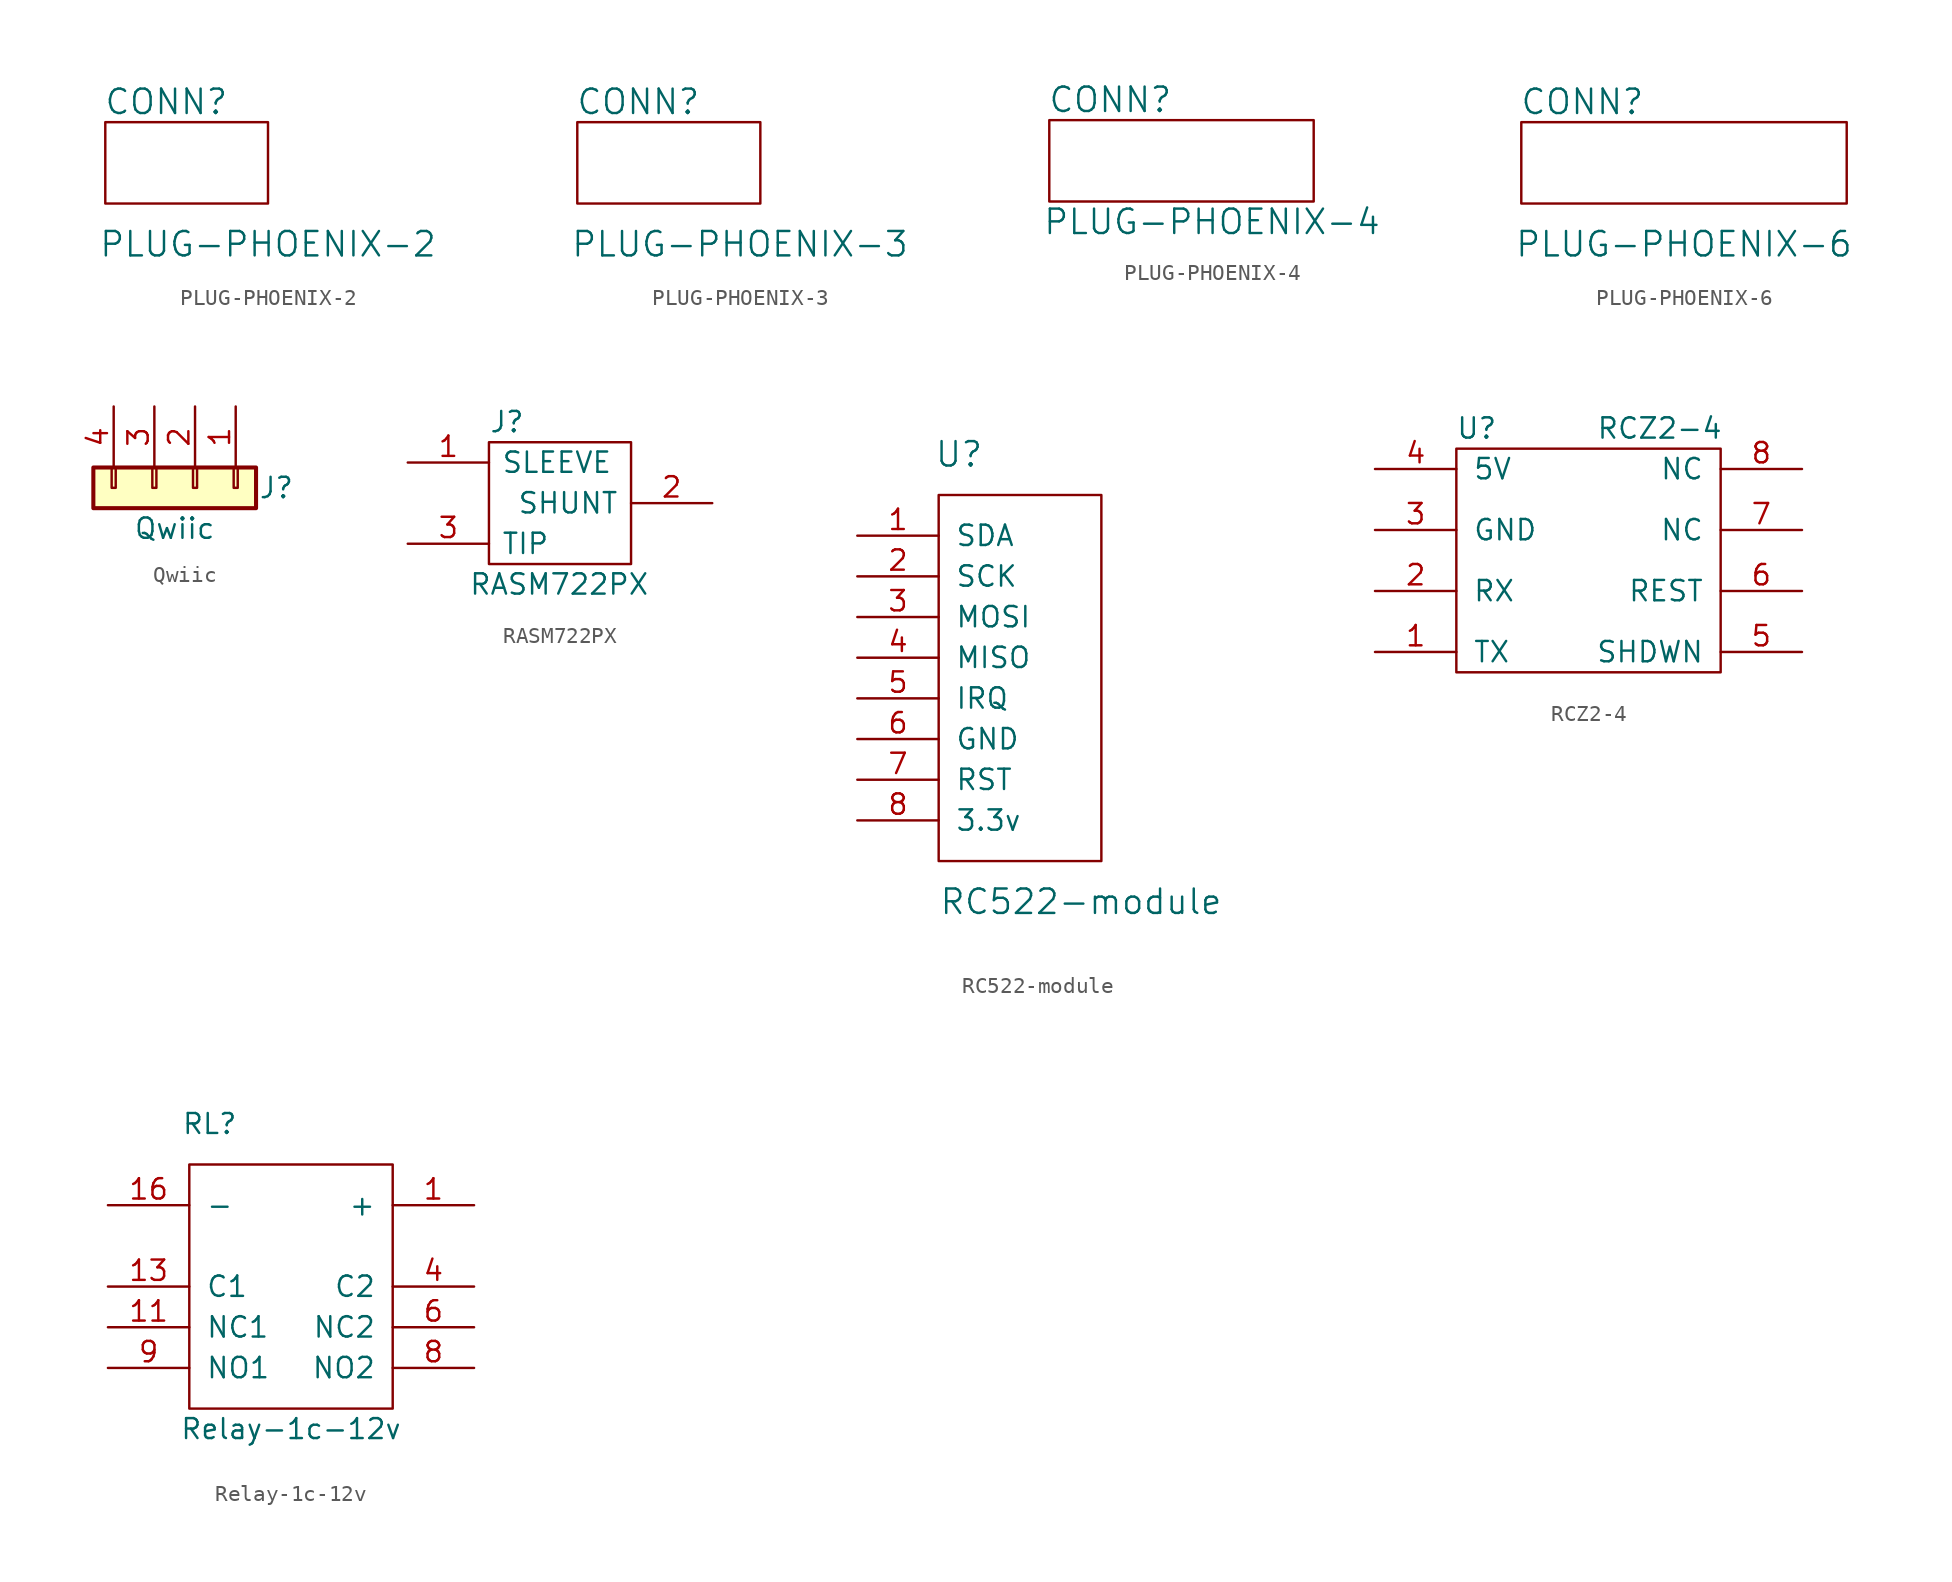
<source format=kicad_sym>
(kicad_symbol_lib
  (version 20211014)
  (generator kicad_symbol_editor)
  (symbol "PLUG-PHOENIX-2"
    (pin_names
      (offset 1.016))
    (property "Reference" "CONN"
      (at 0 6.35 0)
      (effects (font (size 1.524 1.524))))
    (property "Value" "PLUG-PHOENIX-2"
      (at 6.35 -2.54 0)
      (effects (font (size 1.524 1.524))))
    (symbol "PLUG-PHOENIX-2_0_1"
      (rectangle (start -3.81 5.08) (end 6.35 0) (stroke (width 0) (type default) (color 0 0 0 0)) (fill (type none)))))
  (symbol "PLUG-PHOENIX-3"
    (pin_names
      (offset 1.016))
    (property "Reference" "CONN"
      (at 3.81 6.35 0)
      (effects (font (size 1.524 1.524))))
    (property "Value" "PLUG-PHOENIX-3"
      (at 10.16 -2.54 0)
      (effects (font (size 1.524 1.524))))
    (symbol "PLUG-PHOENIX-3_0_1"
      (rectangle (start 0 5.08) (end 11.43 0) (stroke (width 0) (type default) (color 0 0 0 0)) (fill (type none)))))
  (symbol "PLUG-PHOENIX-4"
    (pin_names
      (offset 1.016))
    (property "Reference" "CONN"
      (at 3.81 6.35 0)
      (effects (font (size 1.524 1.524))))
    (property "Value" "PLUG-PHOENIX-4"
      (at 10.16 -1.27 0)
      (effects (font (size 1.524 1.524))))
    (symbol "PLUG-PHOENIX-4_0_1"
      (rectangle (start 0 5.08) (end 16.51 0) (stroke (width 0) (type default) (color 0 0 0 0)) (fill (type none)))))
  (symbol "PLUG-PHOENIX-6"
    (pin_names
      (offset 1.016))
    (property "Reference" "CONN"
      (at 3.81 6.35 0)
      (effects (font (size 1.524 1.524))))
    (property "Value" "PLUG-PHOENIX-6"
      (at 10.16 -2.54 0)
      (effects (font (size 1.524 1.524))))
    (symbol "PLUG-PHOENIX-6_0_1"
      (rectangle (start 0 5.08) (end 20.32 0) (stroke (width 0) (type default) (color 0 0 0 0)) (fill (type none)))))
  (symbol "Qwiic"
    (pin_names
      (offset 1.016) hide)
    (property "Reference" "J"
      (at 6.35 1.27 0)
      (effects (font (size 1.27 1.27))))
    (property "Value" "Qwiic"
      (at 0 -1.27 0)
      (effects (font (size 1.27 1.27))))
    (symbol "Qwiic_1_1"
      (rectangle (start -3.683 2.54) (end -3.937 1.27) (stroke (width 0.152) (type default) (color 0 0 0 0)) (fill (type none)))
      (rectangle (start -1.143 2.54) (end -1.397 1.27) (stroke (width 0.152) (type default) (color 0 0 0 0)) (fill (type none)))
      (rectangle (start 1.397 2.54) (end 1.143 1.27) (stroke (width 0.152) (type default) (color 0 0 0 0)) (fill (type none)))
      (rectangle (start 3.937 2.54) (end 3.683 1.27) (stroke (width 0.152) (type default) (color 0 0 0 0)) (fill (type none)))
      (rectangle (start 5.08 2.54) (end -5.08 0) (stroke (width 0.254) (type default) (color 0 0 0 0)) (fill (type background)))
      (pin passive line (at 3.81 6.35 270) (length 3.81) (name "Pin_1" (effects (font (size 1.27 1.27)))) (number "1" (effects (font (size 1.27 1.27)))))
      (pin passive line (at 1.27 6.35 270) (length 3.81) (name "Pin_2" (effects (font (size 1.27 1.27)))) (number "2" (effects (font (size 1.27 1.27)))))
      (pin passive line (at -1.27 6.35 270) (length 3.81) (name "Pin_3" (effects (font (size 1.27 1.27)))) (number "3" (effects (font (size 1.27 1.27)))))
      (pin passive line (at -3.81 6.35 270) (length 3.81) (name "Pin_4" (effects (font (size 1.27 1.27)))) (number "4" (effects (font (size 1.27 1.27)))))))
  (symbol "RASM722PX"
    (pin_names
      (offset 0.762))
    (property "Reference" "J"
      (at 5.08 2.54 0)
      (effects (font (size 1.27 1.27)) (justify left)))
    (property "Value" "RASM722PX"
      (at 3.81 -7.62 0)
      (effects (font (size 1.27 1.27)) (justify left)))
    (symbol "RASM722PX_0_0"
      (pin bidirectional line (at 0 0 0) (length 5.08) (name "SLEEVE" (effects (font (size 1.27 1.27)))) (number "1" (effects (font (size 1.27 1.27)))))
      (pin bidirectional line (at 19.05 -2.54 180) (length 5.08) (name "SHUNT" (effects (font (size 1.27 1.27)))) (number "2" (effects (font (size 1.27 1.27)))))
      (pin bidirectional line (at 0 -5.08 0) (length 5.08) (name "TIP" (effects (font (size 1.27 1.27)))) (number "3" (effects (font (size 1.27 1.27))))))
    (symbol "RASM722PX_0_1"
      (rectangle (start 5.08 1.27) (end 13.97 -6.35) (stroke (width 0) (type default) (color 0 0 0 0)) (fill (type none)))))
  (symbol "RC522-module"
    (pin_names
      (offset 1.016))
    (property "Reference" "U"
      (at -5.08 25.4 0)
      (effects (font (size 1.524 1.524))))
    (property "Value" "RC522-module"
      (at 2.54 -2.54 0)
      (effects (font (size 1.524 1.524))))
    (property "Footprint" ""
      (at 0 0 0)
      (effects (font (size 1.524 1.524))))
    (property "Datasheet" ""
      (at 0 0 0)
      (effects (font (size 1.524 1.524))))
    (symbol "RC522-module_0_1"
      (rectangle (start -6.35 22.86) (end 3.81 0) (stroke (width 0) (type default) (color 0 0 0 0)) (fill (type none))))
    (symbol "RC522-module_1_1"
      (pin bidirectional line (at -11.43 20.32 0) (length 5.08) (name "SDA" (effects (font (size 1.27 1.27)))) (number "1" (effects (font (size 1.27 1.27)))))
      (pin input line (at -11.43 17.78 0) (length 5.08) (name "SCK" (effects (font (size 1.27 1.27)))) (number "2" (effects (font (size 1.27 1.27)))))
      (pin input line (at -11.43 15.24 0) (length 5.08) (name "MOSI" (effects (font (size 1.27 1.27)))) (number "3" (effects (font (size 1.27 1.27)))))
      (pin output line (at -11.43 12.7 0) (length 5.08) (name "MISO" (effects (font (size 1.27 1.27)))) (number "4" (effects (font (size 1.27 1.27)))))
      (pin output line (at -11.43 10.16 0) (length 5.08) (name "IRQ" (effects (font (size 1.27 1.27)))) (number "5" (effects (font (size 1.27 1.27)))))
      (pin power_in line (at -11.43 7.62 0) (length 5.08) (name "GND" (effects (font (size 1.27 1.27)))) (number "6" (effects (font (size 1.27 1.27)))))
      (pin input line (at -11.43 5.08 0) (length 5.08) (name "RST" (effects (font (size 1.27 1.27)))) (number "7" (effects (font (size 1.27 1.27)))))
      (pin power_in line (at -11.43 2.54 0) (length 5.08) (name "3.3v" (effects (font (size 1.27 1.27)))) (number "8" (effects (font (size 1.27 1.27)))))))
  (symbol "RCZ2-4"
    (pin_names
      (offset 1.016))
    (property "Reference" "U"
      (at 1.27 15.24 0)
      (effects (font (size 1.27 1.27))))
    (property "Value" "RCZ2-4"
      (at 12.7 15.24 0)
      (effects (font (size 1.27 1.27))))
    (symbol "RCZ2-4_0_1"
      (rectangle (start 0 13.97) (end 16.51 0) (stroke (width 0) (type default) (color 0 0 0 0)) (fill (type none))))
    (symbol "RCZ2-4_1_1"
      (pin input line (at -5.08 1.27 0) (length 5.08) (name "TX" (effects (font (size 1.27 1.27)))) (number "1" (effects (font (size 1.27 1.27)))))
      (pin input line (at -5.08 5.08 0) (length 5.08) (name "RX" (effects (font (size 1.27 1.27)))) (number "2" (effects (font (size 1.27 1.27)))))
      (pin input line (at -5.08 8.89 0) (length 5.08) (name "GND" (effects (font (size 1.27 1.27)))) (number "3" (effects (font (size 1.27 1.27)))))
      (pin input line (at -5.08 12.7 0) (length 5.08) (name "5V" (effects (font (size 1.27 1.27)))) (number "4" (effects (font (size 1.27 1.27)))))
      (pin input line (at 21.59 1.27 180) (length 5.08) (name "SHDWN" (effects (font (size 1.27 1.27)))) (number "5" (effects (font (size 1.27 1.27)))))
      (pin input line (at 21.59 5.08 180) (length 5.08) (name "REST" (effects (font (size 1.27 1.27)))) (number "6" (effects (font (size 1.27 1.27)))))
      (pin input line (at 21.59 8.89 180) (length 5.08) (name "NC" (effects (font (size 1.27 1.27)))) (number "7" (effects (font (size 1.27 1.27)))))
      (pin input line (at 21.59 12.7 180) (length 5.08) (name "NC" (effects (font (size 1.27 1.27)))) (number "8" (effects (font (size 1.27 1.27)))))))
  (symbol "Relay-1c-12v"
    (pin_names
      (offset 1.016))
    (property "Reference" "RL"
      (at -5.08 17.78 0)
      (effects (font (size 1.245 1.245))))
    (property "Value" "Relay-1c-12v"
      (at 0 -1.27 0)
      (effects (font (size 1.245 1.245))))
    (symbol "Relay-1c-12v_0_1"
      (rectangle (start -6.35 15.24) (end 6.35 0) (stroke (width 0) (type default) (color 0 0 0 0)) (fill (type none))))
    (symbol "Relay-1c-12v_1_1"
      (pin input line (at 11.43 12.7 180) (length 5.08) (name "+" (effects (font (size 1.27 1.27)))) (number "1" (effects (font (size 1.27 1.27)))))
      (pin input line (at -11.43 5.08 0) (length 5.08) (name "NC1" (effects (font (size 1.27 1.27)))) (number "11" (effects (font (size 1.27 1.27)))))
      (pin input line (at -11.43 7.62 0) (length 5.08) (name "C1" (effects (font (size 1.27 1.27)))) (number "13" (effects (font (size 1.27 1.27)))))
      (pin input line (at -11.43 12.7 0) (length 5.08) (name "-" (effects (font (size 1.27 1.27)))) (number "16" (effects (font (size 1.27 1.27)))))
      (pin input line (at 11.43 7.62 180) (length 5.08) (name "C2" (effects (font (size 1.27 1.27)))) (number "4" (effects (font (size 1.27 1.27)))))
      (pin input line (at 11.43 5.08 180) (length 5.08) (name "NC2" (effects (font (size 1.27 1.27)))) (number "6" (effects (font (size 1.27 1.27)))))
      (pin input line (at 11.43 2.54 180) (length 5.08) (name "NO2" (effects (font (size 1.27 1.27)))) (number "8" (effects (font (size 1.27 1.27)))))
      (pin input line (at -11.43 2.54 0) (length 5.08) (name "NO1" (effects (font (size 1.27 1.27)))) (number "9" (effects (font (size 1.27 1.27))))))))
</source>
